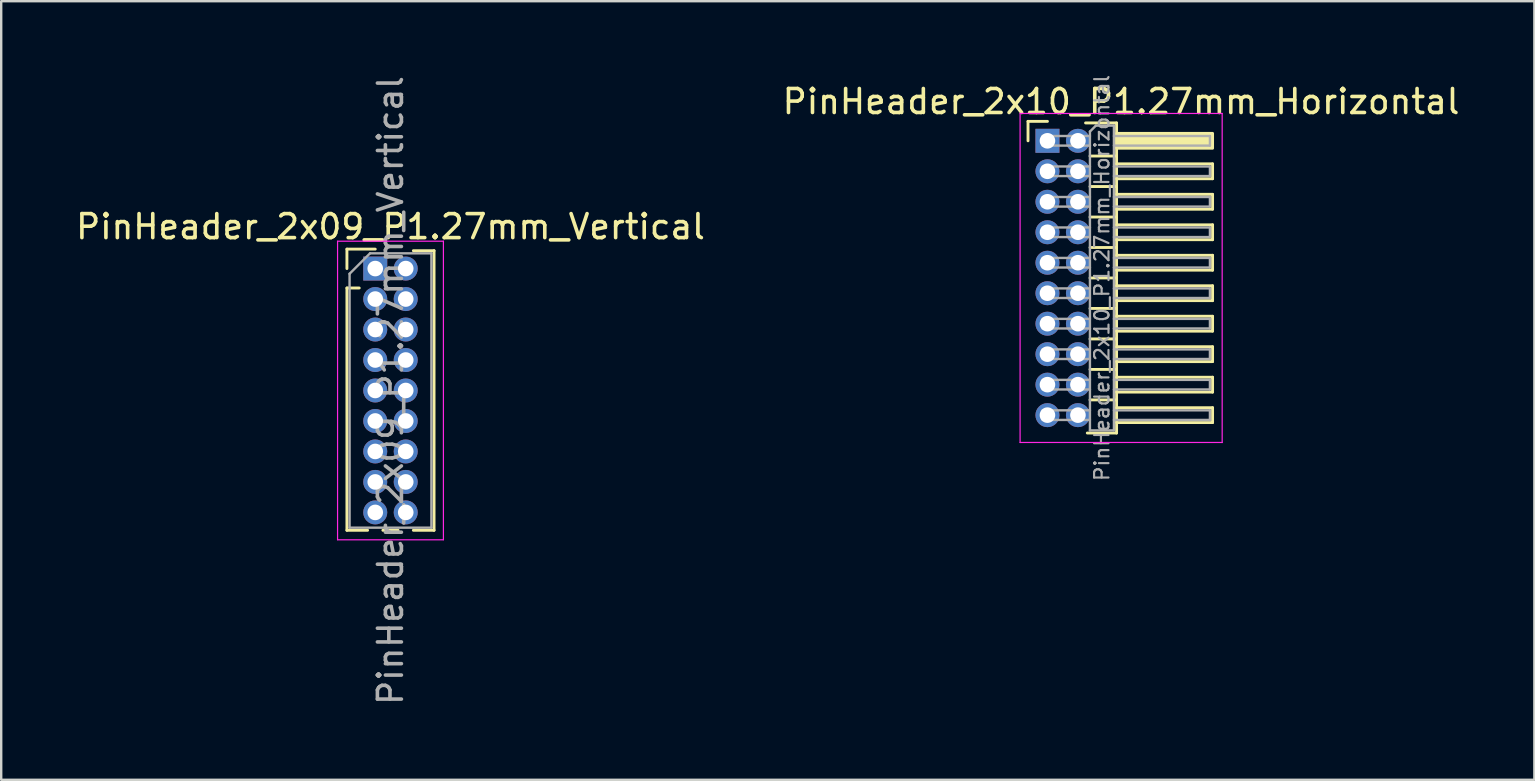
<source format=kicad_pcb>
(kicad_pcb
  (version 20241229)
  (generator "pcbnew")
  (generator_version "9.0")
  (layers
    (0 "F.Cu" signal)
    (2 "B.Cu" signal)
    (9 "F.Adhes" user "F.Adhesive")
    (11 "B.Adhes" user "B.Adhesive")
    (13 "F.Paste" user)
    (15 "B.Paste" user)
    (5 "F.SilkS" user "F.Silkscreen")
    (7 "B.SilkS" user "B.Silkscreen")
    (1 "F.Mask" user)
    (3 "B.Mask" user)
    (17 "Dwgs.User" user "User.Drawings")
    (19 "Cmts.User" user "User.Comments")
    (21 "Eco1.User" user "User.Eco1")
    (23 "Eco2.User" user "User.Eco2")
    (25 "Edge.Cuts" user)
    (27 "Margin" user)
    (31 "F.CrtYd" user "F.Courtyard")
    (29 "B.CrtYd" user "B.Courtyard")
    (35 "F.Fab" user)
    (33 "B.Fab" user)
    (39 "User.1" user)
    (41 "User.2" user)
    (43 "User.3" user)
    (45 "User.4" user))
  (footprint "PinHeader_2x09_P1.27mm_Vertical"
    (layer "F.Cu")
    (at 12.585 8.14)
    (property "Reference" "PinHeader_2x09_P1.27mm_Vertical" (at 0.635 -1.745 0) (layer "F.SilkS") (effects (font (size 1 1) (thickness 0.15))))
    (attr through_hole)
    (fp_line (start -1.18 -0.81) (end 0 -0.81) (stroke (width 0.12) (type solid)) (layer "F.SilkS"))
    (fp_line (start -1.18 0) (end -1.18 -0.81) (stroke (width 0.12) (type solid)) (layer "F.SilkS"))
    (fp_line (start -1.18 0.81) (end -1.18 10.905) (stroke (width 0.12) (type solid)) (layer "F.SilkS"))
    (fp_line (start -1.18 0.81) (end -0.667 0.81) (stroke (width 0.12) (type solid)) (layer "F.SilkS"))
    (fp_line (start -1.18 10.905) (end -0.318 10.905) (stroke (width 0.12) (type solid)) (layer "F.SilkS"))
    (fp_line (start 0.318 10.905) (end 0.952 10.905) (stroke (width 0.12) (type solid)) (layer "F.SilkS"))
    (fp_line (start 1.588 -0.745) (end 2.45 -0.745) (stroke (width 0.12) (type solid)) (layer "F.SilkS"))
    (fp_line (start 1.588 10.905) (end 2.45 10.905) (stroke (width 0.12) (type solid)) (layer "F.SilkS"))
    (fp_line (start 2.45 -0.745) (end 2.45 10.905) (stroke (width 0.12) (type solid)) (layer "F.SilkS"))
    (fp_line (start -1.57 -1.14) (end -1.57 11.3) (stroke (width 0.05) (type solid)) (layer "F.CrtYd"))
    (fp_line (start -1.57 11.3) (end 2.84 11.3) (stroke (width 0.05) (type solid)) (layer "F.CrtYd"))
    (fp_line (start 2.84 -1.14) (end -1.57 -1.14) (stroke (width 0.05) (type solid)) (layer "F.CrtYd"))
    (fp_line (start 2.84 11.3) (end 2.84 -1.14) (stroke (width 0.05) (type solid)) (layer "F.CrtYd"))
    (fp_line (start -1.07 0.217) (end -0.217 -0.635) (stroke (width 0.1) (type solid)) (layer "F.Fab"))
    (fp_line (start -1.07 10.795) (end -1.07 0.217) (stroke (width 0.1) (type solid)) (layer "F.Fab"))
    (fp_line (start -0.217 -0.635) (end 2.34 -0.635) (stroke (width 0.1) (type solid)) (layer "F.Fab"))
    (fp_line (start 2.34 -0.635) (end 2.34 10.795) (stroke (width 0.1) (type solid)) (layer "F.Fab"))
    (fp_line (start 2.34 10.795) (end -1.07 10.795) (stroke (width 0.1) (type solid)) (layer "F.Fab"))
    (fp_text user "${REFERENCE}" (at 0.635 5.08 90) (layer "F.Fab") (effects (font (size 1 1) (thickness 0.15))))
    (pad "1" thru_hole rect (at 0 0) (size 1 1) (drill 0.65) (layers "*.Cu" "*.Mask"))
    (pad "2" thru_hole circle (at 1.27 0) (size 1 1) (drill 0.65) (layers "*.Cu" "*.Mask"))
    (pad "3" thru_hole circle (at 0 1.27) (size 1 1) (drill 0.65) (layers "*.Cu" "*.Mask"))
    (pad "4" thru_hole circle (at 1.27 1.27) (size 1 1) (drill 0.65) (layers "*.Cu" "*.Mask"))
    (pad "5" thru_hole circle (at 0 2.54) (size 1 1) (drill 0.65) (layers "*.Cu" "*.Mask"))
    (pad "6" thru_hole circle (at 1.27 2.54) (size 1 1) (drill 0.65) (layers "*.Cu" "*.Mask"))
    (pad "7" thru_hole circle (at 0 3.81) (size 1 1) (drill 0.65) (layers "*.Cu" "*.Mask"))
    (pad "8" thru_hole circle (at 1.27 3.81) (size 1 1) (drill 0.65) (layers "*.Cu" "*.Mask"))
    (pad "9" thru_hole circle (at 0 5.08) (size 1 1) (drill 0.65) (layers "*.Cu" "*.Mask"))
    (pad "10" thru_hole circle (at 1.27 5.08) (size 1 1) (drill 0.65) (layers "*.Cu" "*.Mask"))
    (pad "11" thru_hole circle (at 0 6.35) (size 1 1) (drill 0.65) (layers "*.Cu" "*.Mask"))
    (pad "12" thru_hole circle (at 1.27 6.35) (size 1 1) (drill 0.65) (layers "*.Cu" "*.Mask"))
    (pad "13" thru_hole circle (at 0 7.62) (size 1 1) (drill 0.65) (layers "*.Cu" "*.Mask"))
    (pad "14" thru_hole circle (at 1.27 7.62) (size 1 1) (drill 0.65) (layers "*.Cu" "*.Mask"))
    (pad "15" thru_hole circle (at 0 8.89) (size 1 1) (drill 0.65) (layers "*.Cu" "*.Mask"))
    (pad "16" thru_hole circle (at 1.27 8.89) (size 1 1) (drill 0.65) (layers "*.Cu" "*.Mask"))
    (pad "17" thru_hole circle (at 0 10.16) (size 1 1) (drill 0.65) (layers "*.Cu" "*.Mask"))
    (pad "18" thru_hole circle (at 1.27 10.16) (size 1 1) (drill 0.65) (layers "*.Cu" "*.Mask")))
  (footprint "PinHeader_2x10_P1.27mm_Horizontal"
    (layer "F.Cu")
    (at 40.593 2.817)
    (property "Reference" "PinHeader_2x10_P1.27mm_Horizontal" (at 3.067 -1.635 0) (layer "F.SilkS") (effects (font (size 1 1) (thickness 0.15))))
    (attr through_hole)
    (fp_line (start -0.81 -0.81) (end 0 -0.81) (stroke (width 0.12) (type solid)) (layer "F.SilkS"))
    (fp_line (start -0.81 0) (end -0.81 -0.81) (stroke (width 0.12) (type solid)) (layer "F.SilkS"))
    (fp_line (start 1.588 -0.745) (end 2.88 -0.745) (stroke (width 0.12) (type solid)) (layer "F.SilkS"))
    (fp_line (start 1.773 0.635) (end 2.88 0.635) (stroke (width 0.12) (type solid)) (layer "F.SilkS"))
    (fp_line (start 1.773 1.905) (end 2.88 1.905) (stroke (width 0.12) (type solid)) (layer "F.SilkS"))
    (fp_line (start 1.773 3.175) (end 2.88 3.175) (stroke (width 0.12) (type solid)) (layer "F.SilkS"))
    (fp_line (start 1.773 4.445) (end 2.88 4.445) (stroke (width 0.12) (type solid)) (layer "F.SilkS"))
    (fp_line (start 1.773 5.715) (end 2.88 5.715) (stroke (width 0.12) (type solid)) (layer "F.SilkS"))
    (fp_line (start 1.773 6.985) (end 2.88 6.985) (stroke (width 0.12) (type solid)) (layer "F.SilkS"))
    (fp_line (start 1.773 8.255) (end 2.88 8.255) (stroke (width 0.12) (type solid)) (layer "F.SilkS"))
    (fp_line (start 1.773 9.525) (end 2.88 9.525) (stroke (width 0.12) (type solid)) (layer "F.SilkS"))
    (fp_line (start 1.773 10.795) (end 2.88 10.795) (stroke (width 0.12) (type solid)) (layer "F.SilkS"))
    (fp_line (start 2.88 -0.745) (end 2.88 12.175) (stroke (width 0.12) (type solid)) (layer "F.SilkS"))
    (fp_line (start 2.88 0.96) (end 6.88 0.96) (stroke (width 0.12) (type solid)) (layer "F.SilkS"))
    (fp_line (start 2.88 2.23) (end 6.88 2.23) (stroke (width 0.12) (type solid)) (layer "F.SilkS"))
    (fp_line (start 2.88 3.5) (end 6.88 3.5) (stroke (width 0.12) (type solid)) (layer "F.SilkS"))
    (fp_line (start 2.88 4.77) (end 6.88 4.77) (stroke (width 0.12) (type solid)) (layer "F.SilkS"))
    (fp_line (start 2.88 6.04) (end 6.88 6.04) (stroke (width 0.12) (type solid)) (layer "F.SilkS"))
    (fp_line (start 2.88 7.31) (end 6.88 7.31) (stroke (width 0.12) (type solid)) (layer "F.SilkS"))
    (fp_line (start 2.88 8.58) (end 6.88 8.58) (stroke (width 0.12) (type solid)) (layer "F.SilkS"))
    (fp_line (start 2.88 9.85) (end 6.88 9.85) (stroke (width 0.12) (type solid)) (layer "F.SilkS"))
    (fp_line (start 2.88 11.12) (end 6.88 11.12) (stroke (width 0.12) (type solid)) (layer "F.SilkS"))
    (fp_line (start 2.88 12.175) (end 1.66 12.175) (stroke (width 0.12) (type solid)) (layer "F.SilkS"))
    (fp_line (start 6.88 0.96) (end 6.88 1.58) (stroke (width 0.12) (type solid)) (layer "F.SilkS"))
    (fp_line (start 6.88 1.58) (end 2.88 1.58) (stroke (width 0.12) (type solid)) (layer "F.SilkS"))
    (fp_line (start 6.88 2.23) (end 6.88 2.85) (stroke (width 0.12) (type solid)) (layer "F.SilkS"))
    (fp_line (start 6.88 2.85) (end 2.88 2.85) (stroke (width 0.12) (type solid)) (layer "F.SilkS"))
    (fp_line (start 6.88 3.5) (end 6.88 4.12) (stroke (width 0.12) (type solid)) (layer "F.SilkS"))
    (fp_line (start 6.88 4.12) (end 2.88 4.12) (stroke (width 0.12) (type solid)) (layer "F.SilkS"))
    (fp_line (start 6.88 4.77) (end 6.88 5.39) (stroke (width 0.12) (type solid)) (layer "F.SilkS"))
    (fp_line (start 6.88 5.39) (end 2.88 5.39) (stroke (width 0.12) (type solid)) (layer "F.SilkS"))
    (fp_line (start 6.88 6.04) (end 6.88 6.66) (stroke (width 0.12) (type solid)) (layer "F.SilkS"))
    (fp_line (start 6.88 6.66) (end 2.88 6.66) (stroke (width 0.12) (type solid)) (layer "F.SilkS"))
    (fp_line (start 6.88 7.31) (end 6.88 7.93) (stroke (width 0.12) (type solid)) (layer "F.SilkS"))
    (fp_line (start 6.88 7.93) (end 2.88 7.93) (stroke (width 0.12) (type solid)) (layer "F.SilkS"))
    (fp_line (start 6.88 8.58) (end 6.88 9.2) (stroke (width 0.12) (type solid)) (layer "F.SilkS"))
    (fp_line (start 6.88 9.2) (end 2.88 9.2) (stroke (width 0.12) (type solid)) (layer "F.SilkS"))
    (fp_line (start 6.88 9.85) (end 6.88 10.47) (stroke (width 0.12) (type solid)) (layer "F.SilkS"))
    (fp_line (start 6.88 10.47) (end 2.88 10.47) (stroke (width 0.12) (type solid)) (layer "F.SilkS"))
    (fp_line (start 6.88 11.12) (end 6.88 11.74) (stroke (width 0.12) (type solid)) (layer "F.SilkS"))
    (fp_line (start 6.88 11.74) (end 2.88 11.74) (stroke (width 0.12) (type solid)) (layer "F.SilkS"))
    (fp_rect (start 2.88 -0.31) (end 6.88 0.31) (stroke (width 0.12) (type solid)) (fill yes) (layer "F.SilkS"))
    (fp_line (start -1.14 -1.14) (end -1.14 12.57) (stroke (width 0.05) (type solid)) (layer "F.CrtYd"))
    (fp_line (start -1.14 12.57) (end 7.28 12.57) (stroke (width 0.05) (type solid)) (layer "F.CrtYd"))
    (fp_line (start 7.28 -1.14) (end -1.14 -1.14) (stroke (width 0.05) (type solid)) (layer "F.CrtYd"))
    (fp_line (start 7.28 12.57) (end 7.28 -1.14) (stroke (width 0.05) (type solid)) (layer "F.CrtYd"))
    (fp_line (start -0.2 -0.2) (end -0.2 0.2) (stroke (width 0.1) (type solid)) (layer "F.Fab"))
    (fp_line (start -0.2 -0.2) (end 1.77 -0.2) (stroke (width 0.1) (type solid)) (layer "F.Fab"))
    (fp_line (start -0.2 0.2) (end 1.77 0.2) (stroke (width 0.1) (type solid)) (layer "F.Fab"))
    (fp_line (start -0.2 1.07) (end -0.2 1.47) (stroke (width 0.1) (type solid)) (layer "F.Fab"))
    (fp_line (start -0.2 1.07) (end 1.77 1.07) (stroke (width 0.1) (type solid)) (layer "F.Fab"))
    (fp_line (start -0.2 1.47) (end 1.77 1.47) (stroke (width 0.1) (type solid)) (layer "F.Fab"))
    (fp_line (start -0.2 2.34) (end -0.2 2.74) (stroke (width 0.1) (type solid)) (layer "F.Fab"))
    (fp_line (start -0.2 2.34) (end 1.77 2.34) (stroke (width 0.1) (type solid)) (layer "F.Fab"))
    (fp_line (start -0.2 2.74) (end 1.77 2.74) (stroke (width 0.1) (type solid)) (layer "F.Fab"))
    (fp_line (start -0.2 3.61) (end -0.2 4.01) (stroke (width 0.1) (type solid)) (layer "F.Fab"))
    (fp_line (start -0.2 3.61) (end 1.77 3.61) (stroke (width 0.1) (type solid)) (layer "F.Fab"))
    (fp_line (start -0.2 4.01) (end 1.77 4.01) (stroke (width 0.1) (type solid)) (layer "F.Fab"))
    (fp_line (start -0.2 4.88) (end -0.2 5.28) (stroke (width 0.1) (type solid)) (layer "F.Fab"))
    (fp_line (start -0.2 4.88) (end 1.77 4.88) (stroke (width 0.1) (type solid)) (layer "F.Fab"))
    (fp_line (start -0.2 5.28) (end 1.77 5.28) (stroke (width 0.1) (type solid)) (layer "F.Fab"))
    (fp_line (start -0.2 6.15) (end -0.2 6.55) (stroke (width 0.1) (type solid)) (layer "F.Fab"))
    (fp_line (start -0.2 6.15) (end 1.77 6.15) (stroke (width 0.1) (type solid)) (layer "F.Fab"))
    (fp_line (start -0.2 6.55) (end 1.77 6.55) (stroke (width 0.1) (type solid)) (layer "F.Fab"))
    (fp_line (start -0.2 7.42) (end -0.2 7.82) (stroke (width 0.1) (type solid)) (layer "F.Fab"))
    (fp_line (start -0.2 7.42) (end 1.77 7.42) (stroke (width 0.1) (type solid)) (layer "F.Fab"))
    (fp_line (start -0.2 7.82) (end 1.77 7.82) (stroke (width 0.1) (type solid)) (layer "F.Fab"))
    (fp_line (start -0.2 8.69) (end -0.2 9.09) (stroke (width 0.1) (type solid)) (layer "F.Fab"))
    (fp_line (start -0.2 8.69) (end 1.77 8.69) (stroke (width 0.1) (type solid)) (layer "F.Fab"))
    (fp_line (start -0.2 9.09) (end 1.77 9.09) (stroke (width 0.1) (type solid)) (layer "F.Fab"))
    (fp_line (start -0.2 9.96) (end -0.2 10.36) (stroke (width 0.1) (type solid)) (layer "F.Fab"))
    (fp_line (start -0.2 9.96) (end 1.77 9.96) (stroke (width 0.1) (type solid)) (layer "F.Fab"))
    (fp_line (start -0.2 10.36) (end 1.77 10.36) (stroke (width 0.1) (type solid)) (layer "F.Fab"))
    (fp_line (start -0.2 11.23) (end -0.2 11.63) (stroke (width 0.1) (type solid)) (layer "F.Fab"))
    (fp_line (start -0.2 11.23) (end 1.77 11.23) (stroke (width 0.1) (type solid)) (layer "F.Fab"))
    (fp_line (start -0.2 11.63) (end 1.77 11.63) (stroke (width 0.1) (type solid)) (layer "F.Fab"))
    (fp_line (start 1.77 -0.385) (end 2.02 -0.635) (stroke (width 0.1) (type solid)) (layer "F.Fab"))
    (fp_line (start 1.77 12.065) (end 1.77 -0.385) (stroke (width 0.1) (type solid)) (layer "F.Fab"))
    (fp_line (start 2.02 -0.635) (end 2.77 -0.635) (stroke (width 0.1) (type solid)) (layer "F.Fab"))
    (fp_line (start 2.77 -0.635) (end 2.77 12.065) (stroke (width 0.1) (type solid)) (layer "F.Fab"))
    (fp_line (start 2.77 -0.2) (end 6.77 -0.2) (stroke (width 0.1) (type solid)) (layer "F.Fab"))
    (fp_line (start 2.77 0.2) (end 6.77 0.2) (stroke (width 0.1) (type solid)) (layer "F.Fab"))
    (fp_line (start 2.77 1.07) (end 6.77 1.07) (stroke (width 0.1) (type solid)) (layer "F.Fab"))
    (fp_line (start 2.77 1.47) (end 6.77 1.47) (stroke (width 0.1) (type solid)) (layer "F.Fab"))
    (fp_line (start 2.77 2.34) (end 6.77 2.34) (stroke (width 0.1) (type solid)) (layer "F.Fab"))
    (fp_line (start 2.77 2.74) (end 6.77 2.74) (stroke (width 0.1) (type solid)) (layer "F.Fab"))
    (fp_line (start 2.77 3.61) (end 6.77 3.61) (stroke (width 0.1) (type solid)) (layer "F.Fab"))
    (fp_line (start 2.77 4.01) (end 6.77 4.01) (stroke (width 0.1) (type solid)) (layer "F.Fab"))
    (fp_line (start 2.77 4.88) (end 6.77 4.88) (stroke (width 0.1) (type solid)) (layer "F.Fab"))
    (fp_line (start 2.77 5.28) (end 6.77 5.28) (stroke (width 0.1) (type solid)) (layer "F.Fab"))
    (fp_line (start 2.77 6.15) (end 6.77 6.15) (stroke (width 0.1) (type solid)) (layer "F.Fab"))
    (fp_line (start 2.77 6.55) (end 6.77 6.55) (stroke (width 0.1) (type solid)) (layer "F.Fab"))
    (fp_line (start 2.77 7.42) (end 6.77 7.42) (stroke (width 0.1) (type solid)) (layer "F.Fab"))
    (fp_line (start 2.77 7.82) (end 6.77 7.82) (stroke (width 0.1) (type solid)) (layer "F.Fab"))
    (fp_line (start 2.77 8.69) (end 6.77 8.69) (stroke (width 0.1) (type solid)) (layer "F.Fab"))
    (fp_line (start 2.77 9.09) (end 6.77 9.09) (stroke (width 0.1) (type solid)) (layer "F.Fab"))
    (fp_line (start 2.77 9.96) (end 6.77 9.96) (stroke (width 0.1) (type solid)) (layer "F.Fab"))
    (fp_line (start 2.77 10.36) (end 6.77 10.36) (stroke (width 0.1) (type solid)) (layer "F.Fab"))
    (fp_line (start 2.77 11.23) (end 6.77 11.23) (stroke (width 0.1) (type solid)) (layer "F.Fab"))
    (fp_line (start 2.77 11.63) (end 6.77 11.63) (stroke (width 0.1) (type solid)) (layer "F.Fab"))
    (fp_line (start 2.77 12.065) (end 1.77 12.065) (stroke (width 0.1) (type solid)) (layer "F.Fab"))
    (fp_line (start 6.77 -0.2) (end 6.77 0.2) (stroke (width 0.1) (type solid)) (layer "F.Fab"))
    (fp_line (start 6.77 1.07) (end 6.77 1.47) (stroke (width 0.1) (type solid)) (layer "F.Fab"))
    (fp_line (start 6.77 2.34) (end 6.77 2.74) (stroke (width 0.1) (type solid)) (layer "F.Fab"))
    (fp_line (start 6.77 3.61) (end 6.77 4.01) (stroke (width 0.1) (type solid)) (layer "F.Fab"))
    (fp_line (start 6.77 4.88) (end 6.77 5.28) (stroke (width 0.1) (type solid)) (layer "F.Fab"))
    (fp_line (start 6.77 6.15) (end 6.77 6.55) (stroke (width 0.1) (type solid)) (layer "F.Fab"))
    (fp_line (start 6.77 7.42) (end 6.77 7.82) (stroke (width 0.1) (type solid)) (layer "F.Fab"))
    (fp_line (start 6.77 8.69) (end 6.77 9.09) (stroke (width 0.1) (type solid)) (layer "F.Fab"))
    (fp_line (start 6.77 9.96) (end 6.77 10.36) (stroke (width 0.1) (type solid)) (layer "F.Fab"))
    (fp_line (start 6.77 11.23) (end 6.77 11.63) (stroke (width 0.1) (type solid)) (layer "F.Fab"))
    (fp_text user "${REFERENCE}" (at 2.27 5.715 90) (layer "F.Fab") (effects (font (size 0.6 0.6) (thickness 0.09))))
    (pad "1" thru_hole rect (at 0 0) (size 1 1) (drill 0.65) (layers "*.Cu" "*.Mask"))
    (pad "2" thru_hole circle (at 1.27 0) (size 1 1) (drill 0.65) (layers "*.Cu" "*.Mask"))
    (pad "3" thru_hole circle (at 0 1.27) (size 1 1) (drill 0.65) (layers "*.Cu" "*.Mask"))
    (pad "4" thru_hole circle (at 1.27 1.27) (size 1 1) (drill 0.65) (layers "*.Cu" "*.Mask"))
    (pad "5" thru_hole circle (at 0 2.54) (size 1 1) (drill 0.65) (layers "*.Cu" "*.Mask"))
    (pad "6" thru_hole circle (at 1.27 2.54) (size 1 1) (drill 0.65) (layers "*.Cu" "*.Mask"))
    (pad "7" thru_hole circle (at 0 3.81) (size 1 1) (drill 0.65) (layers "*.Cu" "*.Mask"))
    (pad "8" thru_hole circle (at 1.27 3.81) (size 1 1) (drill 0.65) (layers "*.Cu" "*.Mask"))
    (pad "9" thru_hole circle (at 0 5.08) (size 1 1) (drill 0.65) (layers "*.Cu" "*.Mask"))
    (pad "10" thru_hole circle (at 1.27 5.08) (size 1 1) (drill 0.65) (layers "*.Cu" "*.Mask"))
    (pad "11" thru_hole circle (at 0 6.35) (size 1 1) (drill 0.65) (layers "*.Cu" "*.Mask"))
    (pad "12" thru_hole circle (at 1.27 6.35) (size 1 1) (drill 0.65) (layers "*.Cu" "*.Mask"))
    (pad "13" thru_hole circle (at 0 7.62) (size 1 1) (drill 0.65) (layers "*.Cu" "*.Mask"))
    (pad "14" thru_hole circle (at 1.27 7.62) (size 1 1) (drill 0.65) (layers "*.Cu" "*.Mask"))
    (pad "15" thru_hole circle (at 0 8.89) (size 1 1) (drill 0.65) (layers "*.Cu" "*.Mask"))
    (pad "16" thru_hole circle (at 1.27 8.89) (size 1 1) (drill 0.65) (layers "*.Cu" "*.Mask"))
    (pad "17" thru_hole circle (at 0 10.16) (size 1 1) (drill 0.65) (layers "*.Cu" "*.Mask"))
    (pad "18" thru_hole circle (at 1.27 10.16) (size 1 1) (drill 0.65) (layers "*.Cu" "*.Mask"))
    (pad "19" thru_hole circle (at 0 11.43) (size 1 1) (drill 0.65) (layers "*.Cu" "*.Mask"))
    (pad "20" thru_hole circle (at 1.27 11.43) (size 1 1) (drill 0.65) (layers "*.Cu" "*.Mask")))
  (gr_rect
    (start -3 -3)
    (end 60.881 29.44)
    (stroke (width 0.1) (type default))
    (fill no)
    (layer "Edge.Cuts")))
</source>
